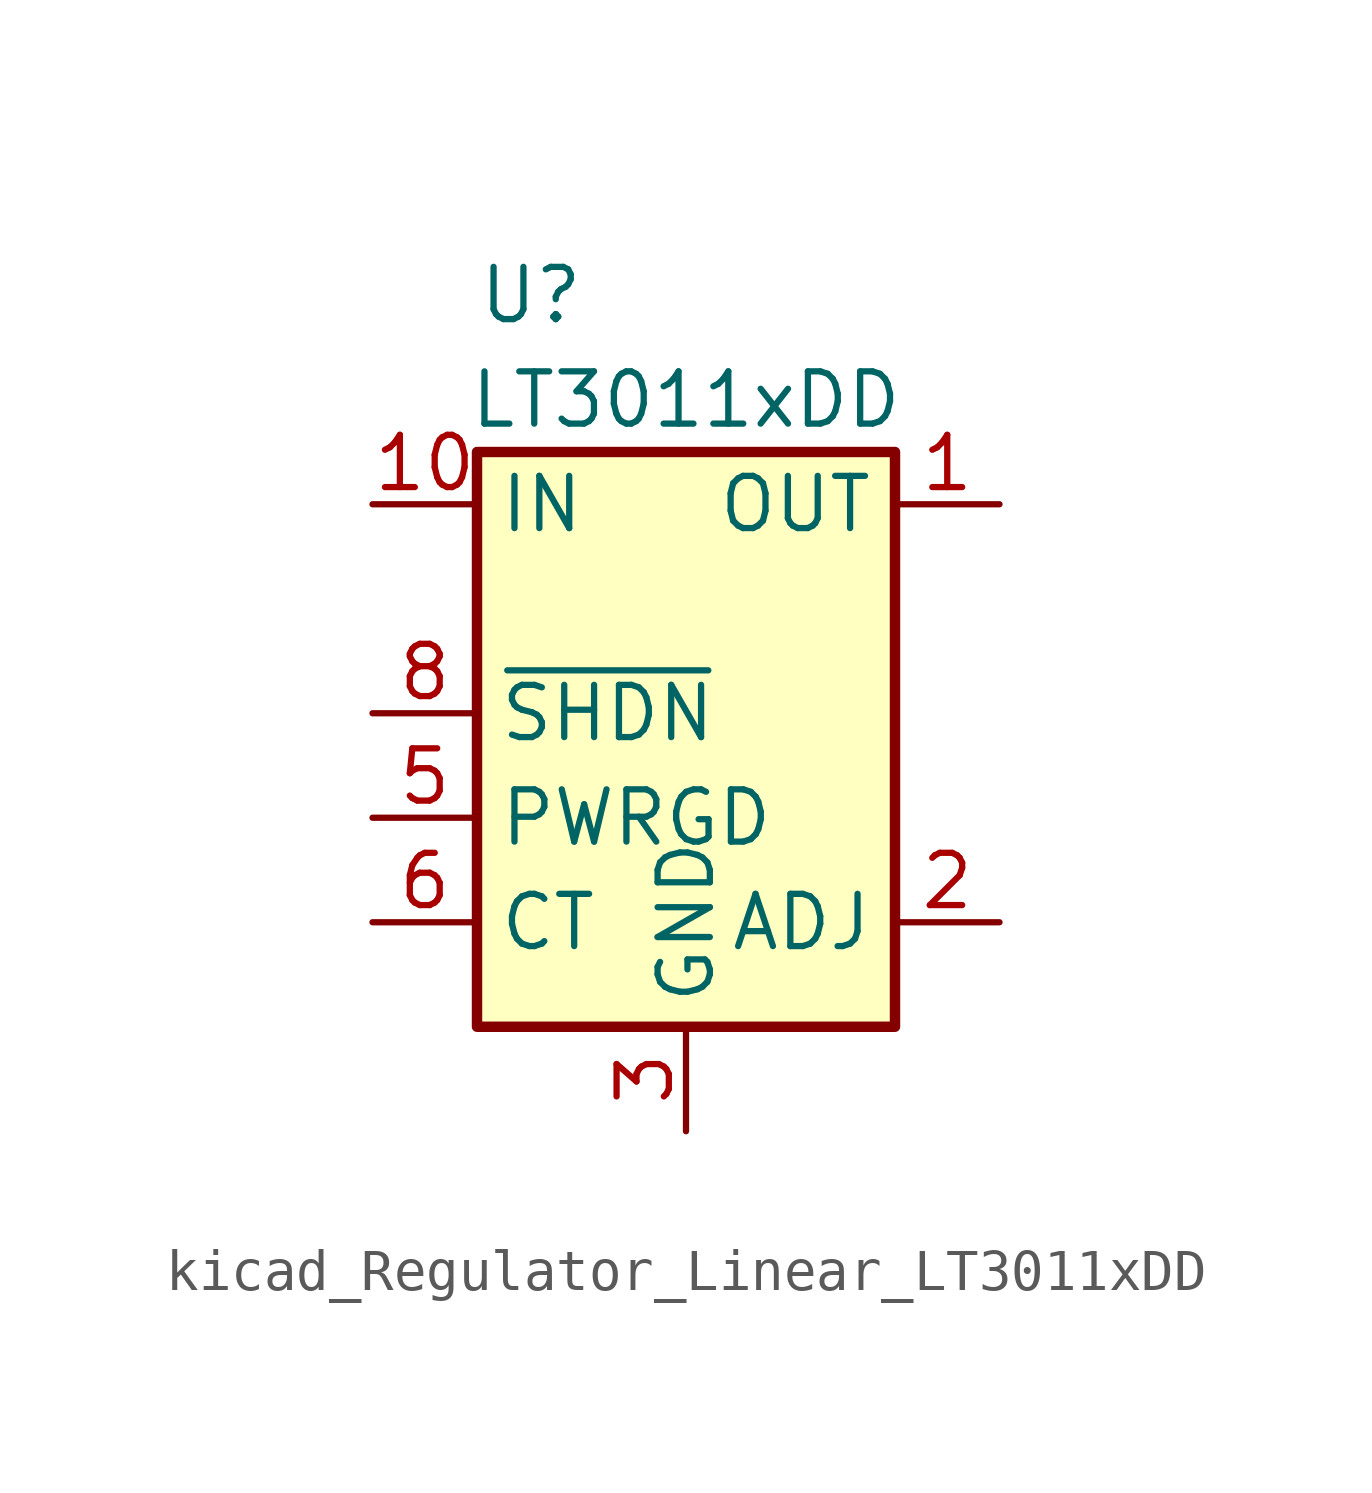
<source format=kicad_sym>
(kicad_symbol_lib
  (version 20220914)
  (generator kicad_symbol_editor)
  (symbol "kicad_Regulator_Linear_LT3011xDD"
    (property "Reference" "U"
      (at -5.08 10.16 0)
      (effects (font (size 1.27 1.27)) (justify left)))
    (property "Value" "LT3011xDD"
      (at 0 7.62 0)
      (effects (font (size 1.27 1.27))))
    (symbol "kicad_Regulator_Linear_LT3011xDD_0_1"
      (rectangle (start -5.08 6.35) (end 5.08 -7.62) (stroke (width 0.254) (type default)) (fill (type background))))
    (symbol "kicad_Regulator_Linear_LT3011xDD_1_1"
      (pin power_out line (at 7.62 5.08 180) (length 2.54) (name "OUT" (effects (font (size 1.27 1.27)))) (number "1" (effects (font (size 1.27 1.27)))))
      (pin power_in line (at -7.62 5.08 0) (length 2.54) (name "IN" (effects (font (size 1.27 1.27)))) (number "10" (effects (font (size 1.27 1.27)))))
      (pin passive line (at 0 -10.16 90) (length 2.54) hide (name "GND" (effects (font (size 1.27 1.27)))) (number "11" (effects (font (size 1.27 1.27)))))
      (pin input line (at 7.62 -5.08 180) (length 2.54) (name "ADJ" (effects (font (size 1.27 1.27)))) (number "2" (effects (font (size 1.27 1.27)))))
      (pin power_in line (at 0 -10.16 90) (length 2.54) (name "GND" (effects (font (size 1.27 1.27)))) (number "3" (effects (font (size 1.27 1.27)))))
      (pin no_connect line (at 5.08 2.54 180) (length 2.54) hide (name "NC" (effects (font (size 1.27 1.27)))) (number "4" (effects (font (size 1.27 1.27)))))
      (pin open_collector line (at -7.62 -2.54 0) (length 2.54) (name "PWRGD" (effects (font (size 1.27 1.27)))) (number "5" (effects (font (size 1.27 1.27)))))
      (pin unspecified line (at -7.62 -5.08 0) (length 2.54) (name "CT" (effects (font (size 1.27 1.27)))) (number "6" (effects (font (size 1.27 1.27)))))
      (pin no_connect line (at 5.08 0 180) (length 2.54) hide (name "NC" (effects (font (size 1.27 1.27)))) (number "7" (effects (font (size 1.27 1.27)))))
      (pin input line (at -7.62 0 0) (length 2.54) (name "~{SHDN}" (effects (font (size 1.27 1.27)))) (number "8" (effects (font (size 1.27 1.27)))))
      (pin no_connect line (at 5.08 -2.54 180) (length 2.54) hide (name "NC" (effects (font (size 1.27 1.27)))) (number "9" (effects (font (size 1.27 1.27))))))))
</source>
